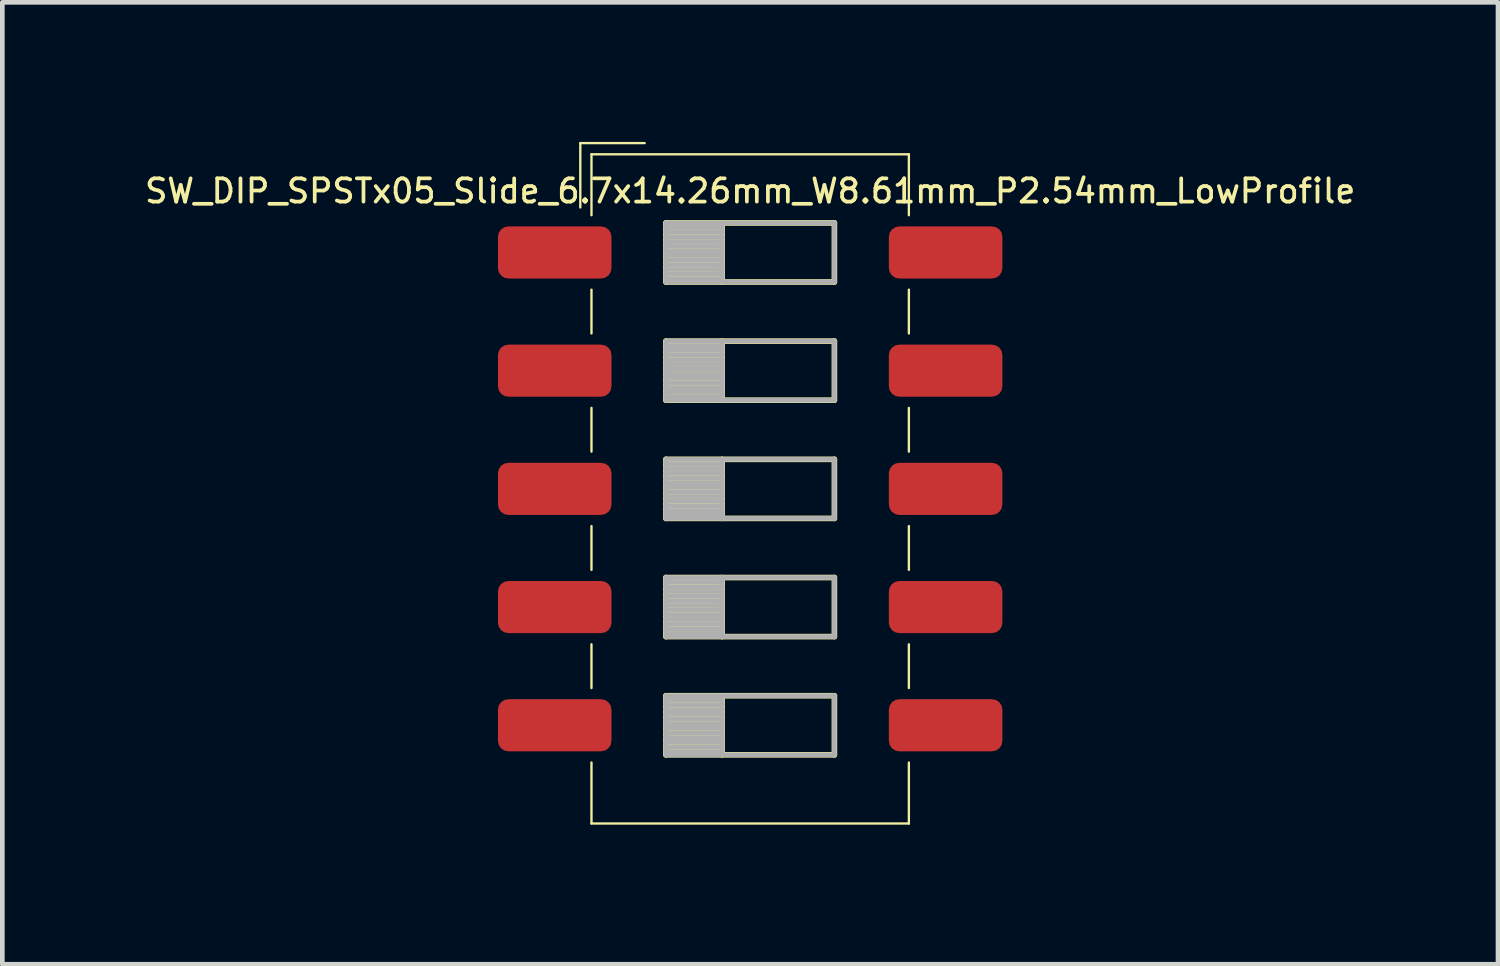
<source format=kicad_pcb>
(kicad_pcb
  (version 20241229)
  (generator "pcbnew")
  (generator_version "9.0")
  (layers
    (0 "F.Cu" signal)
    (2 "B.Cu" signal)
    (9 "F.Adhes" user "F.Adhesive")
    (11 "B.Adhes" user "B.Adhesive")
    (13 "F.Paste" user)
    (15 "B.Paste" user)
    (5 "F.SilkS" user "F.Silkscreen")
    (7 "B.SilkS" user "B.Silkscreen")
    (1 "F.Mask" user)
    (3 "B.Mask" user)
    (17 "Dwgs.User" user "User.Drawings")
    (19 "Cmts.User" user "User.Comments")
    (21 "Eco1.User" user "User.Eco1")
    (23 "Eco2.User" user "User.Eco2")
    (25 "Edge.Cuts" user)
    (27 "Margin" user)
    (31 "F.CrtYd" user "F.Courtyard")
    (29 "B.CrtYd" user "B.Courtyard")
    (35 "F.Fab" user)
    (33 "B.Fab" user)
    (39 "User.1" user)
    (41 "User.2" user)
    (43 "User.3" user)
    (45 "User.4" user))
  (footprint "SW_DIP_SPSTx05_Slide_6.7x14.26mm_W8.61mm_P2.54mm_LowProfile"
    (layer "F.Cu")
    (at 13.07 7.455)
    (property "Reference" "SW_DIP_SPSTx05_Slide_6.7x14.26mm_W8.61mm_P2.54mm_LowProfile" (at 0 -6.4 0) (layer "F.SilkS") (effects (font (size 0.5 0.5) (thickness 0.08))))
    (attr smd)
    (fp_line (start -3.65 -7.43) (end -3.65 -6.047) (stroke (width 0.05) (type solid)) (layer "F.SilkS"))
    (fp_line (start -3.65 -7.43) (end -2.267 -7.43) (stroke (width 0.05) (type solid)) (layer "F.SilkS"))
    (fp_line (start -3.41 -7.19) (end -3.41 -5.88) (stroke (width 0.05) (type solid)) (layer "F.SilkS"))
    (fp_line (start -3.41 -7.19) (end 3.41 -7.19) (stroke (width 0.05) (type solid)) (layer "F.SilkS"))
    (fp_line (start -3.41 -4.28) (end -3.41 -3.34) (stroke (width 0.05) (type solid)) (layer "F.SilkS"))
    (fp_line (start -3.41 -1.74) (end -3.41 -0.8) (stroke (width 0.05) (type solid)) (layer "F.SilkS"))
    (fp_line (start -3.41 0.8) (end -3.41 1.74) (stroke (width 0.05) (type solid)) (layer "F.SilkS"))
    (fp_line (start -3.41 3.34) (end -3.41 4.28) (stroke (width 0.05) (type solid)) (layer "F.SilkS"))
    (fp_line (start -3.41 5.88) (end -3.41 7.191) (stroke (width 0.05) (type solid)) (layer "F.SilkS"))
    (fp_line (start -3.41 7.191) (end 3.41 7.191) (stroke (width 0.05) (type solid)) (layer "F.SilkS"))
    (fp_line (start -1.81 -5.715) (end -1.81 -4.445) (stroke (width 0.12) (type solid)) (layer "F.SilkS"))
    (fp_line (start -1.81 -5.595) (end -0.603 -5.595) (stroke (width 0.12) (type solid)) (layer "F.SilkS"))
    (fp_line (start -1.81 -5.475) (end -0.603 -5.475) (stroke (width 0.12) (type solid)) (layer "F.SilkS"))
    (fp_line (start -1.81 -5.355) (end -0.603 -5.355) (stroke (width 0.12) (type solid)) (layer "F.SilkS"))
    (fp_line (start -1.81 -5.235) (end -0.603 -5.235) (stroke (width 0.12) (type solid)) (layer "F.SilkS"))
    (fp_line (start -1.81 -5.115) (end -0.603 -5.115) (stroke (width 0.12) (type solid)) (layer "F.SilkS"))
    (fp_line (start -1.81 -4.995) (end -0.603 -4.995) (stroke (width 0.12) (type solid)) (layer "F.SilkS"))
    (fp_line (start -1.81 -4.875) (end -0.603 -4.875) (stroke (width 0.12) (type solid)) (layer "F.SilkS"))
    (fp_line (start -1.81 -4.755) (end -0.603 -4.755) (stroke (width 0.12) (type solid)) (layer "F.SilkS"))
    (fp_line (start -1.81 -4.635) (end -0.603 -4.635) (stroke (width 0.12) (type solid)) (layer "F.SilkS"))
    (fp_line (start -1.81 -4.515) (end -0.603 -4.515) (stroke (width 0.12) (type solid)) (layer "F.SilkS"))
    (fp_line (start -1.81 -4.445) (end 1.81 -4.445) (stroke (width 0.12) (type solid)) (layer "F.SilkS"))
    (fp_line (start -1.81 -3.175) (end -1.81 -1.905) (stroke (width 0.12) (type solid)) (layer "F.SilkS"))
    (fp_line (start -1.81 -3.055) (end -0.603 -3.055) (stroke (width 0.12) (type solid)) (layer "F.SilkS"))
    (fp_line (start -1.81 -2.935) (end -0.603 -2.935) (stroke (width 0.12) (type solid)) (layer "F.SilkS"))
    (fp_line (start -1.81 -2.815) (end -0.603 -2.815) (stroke (width 0.12) (type solid)) (layer "F.SilkS"))
    (fp_line (start -1.81 -2.695) (end -0.603 -2.695) (stroke (width 0.12) (type solid)) (layer "F.SilkS"))
    (fp_line (start -1.81 -2.575) (end -0.603 -2.575) (stroke (width 0.12) (type solid)) (layer "F.SilkS"))
    (fp_line (start -1.81 -2.455) (end -0.603 -2.455) (stroke (width 0.12) (type solid)) (layer "F.SilkS"))
    (fp_line (start -1.81 -2.335) (end -0.603 -2.335) (stroke (width 0.12) (type solid)) (layer "F.SilkS"))
    (fp_line (start -1.81 -2.215) (end -0.603 -2.215) (stroke (width 0.12) (type solid)) (layer "F.SilkS"))
    (fp_line (start -1.81 -2.095) (end -0.603 -2.095) (stroke (width 0.12) (type solid)) (layer "F.SilkS"))
    (fp_line (start -1.81 -1.975) (end -0.603 -1.975) (stroke (width 0.12) (type solid)) (layer "F.SilkS"))
    (fp_line (start -1.81 -1.905) (end 1.81 -1.905) (stroke (width 0.12) (type solid)) (layer "F.SilkS"))
    (fp_line (start -1.81 -0.635) (end -1.81 0.635) (stroke (width 0.12) (type solid)) (layer "F.SilkS"))
    (fp_line (start -1.81 -0.515) (end -0.603 -0.515) (stroke (width 0.12) (type solid)) (layer "F.SilkS"))
    (fp_line (start -1.81 -0.395) (end -0.603 -0.395) (stroke (width 0.12) (type solid)) (layer "F.SilkS"))
    (fp_line (start -1.81 -0.275) (end -0.603 -0.275) (stroke (width 0.12) (type solid)) (layer "F.SilkS"))
    (fp_line (start -1.81 -0.155) (end -0.603 -0.155) (stroke (width 0.12) (type solid)) (layer "F.SilkS"))
    (fp_line (start -1.81 -0.035) (end -0.603 -0.035) (stroke (width 0.12) (type solid)) (layer "F.SilkS"))
    (fp_line (start -1.81 0.085) (end -0.603 0.085) (stroke (width 0.12) (type solid)) (layer "F.SilkS"))
    (fp_line (start -1.81 0.205) (end -0.603 0.205) (stroke (width 0.12) (type solid)) (layer "F.SilkS"))
    (fp_line (start -1.81 0.325) (end -0.603 0.325) (stroke (width 0.12) (type solid)) (layer "F.SilkS"))
    (fp_line (start -1.81 0.445) (end -0.603 0.445) (stroke (width 0.12) (type solid)) (layer "F.SilkS"))
    (fp_line (start -1.81 0.565) (end -0.603 0.565) (stroke (width 0.12) (type solid)) (layer "F.SilkS"))
    (fp_line (start -1.81 0.635) (end 1.81 0.635) (stroke (width 0.12) (type solid)) (layer "F.SilkS"))
    (fp_line (start -1.81 1.905) (end -1.81 3.175) (stroke (width 0.12) (type solid)) (layer "F.SilkS"))
    (fp_line (start -1.81 2.025) (end -0.603 2.025) (stroke (width 0.12) (type solid)) (layer "F.SilkS"))
    (fp_line (start -1.81 2.145) (end -0.603 2.145) (stroke (width 0.12) (type solid)) (layer "F.SilkS"))
    (fp_line (start -1.81 2.265) (end -0.603 2.265) (stroke (width 0.12) (type solid)) (layer "F.SilkS"))
    (fp_line (start -1.81 2.385) (end -0.603 2.385) (stroke (width 0.12) (type solid)) (layer "F.SilkS"))
    (fp_line (start -1.81 2.505) (end -0.603 2.505) (stroke (width 0.12) (type solid)) (layer "F.SilkS"))
    (fp_line (start -1.81 2.625) (end -0.603 2.625) (stroke (width 0.12) (type solid)) (layer "F.SilkS"))
    (fp_line (start -1.81 2.745) (end -0.603 2.745) (stroke (width 0.12) (type solid)) (layer "F.SilkS"))
    (fp_line (start -1.81 2.865) (end -0.603 2.865) (stroke (width 0.12) (type solid)) (layer "F.SilkS"))
    (fp_line (start -1.81 2.985) (end -0.603 2.985) (stroke (width 0.12) (type solid)) (layer "F.SilkS"))
    (fp_line (start -1.81 3.105) (end -0.603 3.105) (stroke (width 0.12) (type solid)) (layer "F.SilkS"))
    (fp_line (start -1.81 3.175) (end 1.81 3.175) (stroke (width 0.12) (type solid)) (layer "F.SilkS"))
    (fp_line (start -1.81 4.445) (end -1.81 5.715) (stroke (width 0.12) (type solid)) (layer "F.SilkS"))
    (fp_line (start -1.81 4.565) (end -0.603 4.565) (stroke (width 0.12) (type solid)) (layer "F.SilkS"))
    (fp_line (start -1.81 4.685) (end -0.603 4.685) (stroke (width 0.12) (type solid)) (layer "F.SilkS"))
    (fp_line (start -1.81 4.805) (end -0.603 4.805) (stroke (width 0.12) (type solid)) (layer "F.SilkS"))
    (fp_line (start -1.81 4.925) (end -0.603 4.925) (stroke (width 0.12) (type solid)) (layer "F.SilkS"))
    (fp_line (start -1.81 5.045) (end -0.603 5.045) (stroke (width 0.12) (type solid)) (layer "F.SilkS"))
    (fp_line (start -1.81 5.165) (end -0.603 5.165) (stroke (width 0.12) (type solid)) (layer "F.SilkS"))
    (fp_line (start -1.81 5.285) (end -0.603 5.285) (stroke (width 0.12) (type solid)) (layer "F.SilkS"))
    (fp_line (start -1.81 5.405) (end -0.603 5.405) (stroke (width 0.12) (type solid)) (layer "F.SilkS"))
    (fp_line (start -1.81 5.525) (end -0.603 5.525) (stroke (width 0.12) (type solid)) (layer "F.SilkS"))
    (fp_line (start -1.81 5.645) (end -0.603 5.645) (stroke (width 0.12) (type solid)) (layer "F.SilkS"))
    (fp_line (start -1.81 5.715) (end 1.81 5.715) (stroke (width 0.12) (type solid)) (layer "F.SilkS"))
    (fp_line (start -0.603 -5.715) (end -0.603 -4.445) (stroke (width 0.12) (type solid)) (layer "F.SilkS"))
    (fp_line (start -0.603 -3.175) (end -0.603 -1.905) (stroke (width 0.12) (type solid)) (layer "F.SilkS"))
    (fp_line (start -0.603 -0.635) (end -0.603 0.635) (stroke (width 0.12) (type solid)) (layer "F.SilkS"))
    (fp_line (start -0.603 1.905) (end -0.603 3.175) (stroke (width 0.12) (type solid)) (layer "F.SilkS"))
    (fp_line (start -0.603 4.445) (end -0.603 5.715) (stroke (width 0.12) (type solid)) (layer "F.SilkS"))
    (fp_line (start 1.81 -5.715) (end -1.81 -5.715) (stroke (width 0.12) (type solid)) (layer "F.SilkS"))
    (fp_line (start 1.81 -4.445) (end 1.81 -5.715) (stroke (width 0.12) (type solid)) (layer "F.SilkS"))
    (fp_line (start 1.81 -3.175) (end -1.81 -3.175) (stroke (width 0.12) (type solid)) (layer "F.SilkS"))
    (fp_line (start 1.81 -1.905) (end 1.81 -3.175) (stroke (width 0.12) (type solid)) (layer "F.SilkS"))
    (fp_line (start 1.81 -0.635) (end -1.81 -0.635) (stroke (width 0.12) (type solid)) (layer "F.SilkS"))
    (fp_line (start 1.81 0.635) (end 1.81 -0.635) (stroke (width 0.12) (type solid)) (layer "F.SilkS"))
    (fp_line (start 1.81 1.905) (end -1.81 1.905) (stroke (width 0.12) (type solid)) (layer "F.SilkS"))
    (fp_line (start 1.81 3.175) (end 1.81 1.905) (stroke (width 0.12) (type solid)) (layer "F.SilkS"))
    (fp_line (start 1.81 4.445) (end -1.81 4.445) (stroke (width 0.12) (type solid)) (layer "F.SilkS"))
    (fp_line (start 1.81 5.715) (end 1.81 4.445) (stroke (width 0.12) (type solid)) (layer "F.SilkS"))
    (fp_line (start 3.41 -7.19) (end 3.41 -5.88) (stroke (width 0.05) (type solid)) (layer "F.SilkS"))
    (fp_line (start 3.41 -4.28) (end 3.41 -3.34) (stroke (width 0.05) (type solid)) (layer "F.SilkS"))
    (fp_line (start 3.41 -1.74) (end 3.41 -0.8) (stroke (width 0.05) (type solid)) (layer "F.SilkS"))
    (fp_line (start 3.41 0.8) (end 3.41 1.74) (stroke (width 0.05) (type solid)) (layer "F.SilkS"))
    (fp_line (start 3.41 3.34) (end 3.41 4.28) (stroke (width 0.05) (type solid)) (layer "F.SilkS"))
    (fp_line (start 3.41 5.88) (end 3.41 7.191) (stroke (width 0.05) (type solid)) (layer "F.SilkS"))
    (fp_line (start -1.81 -5.715) (end -1.81 -4.445) (stroke (width 0.1) (type solid)) (layer "F.Fab"))
    (fp_line (start -1.81 -5.615) (end -0.603 -5.615) (stroke (width 0.1) (type solid)) (layer "F.Fab"))
    (fp_line (start -1.81 -5.515) (end -0.603 -5.515) (stroke (width 0.1) (type solid)) (layer "F.Fab"))
    (fp_line (start -1.81 -5.415) (end -0.603 -5.415) (stroke (width 0.1) (type solid)) (layer "F.Fab"))
    (fp_line (start -1.81 -5.315) (end -0.603 -5.315) (stroke (width 0.1) (type solid)) (layer "F.Fab"))
    (fp_line (start -1.81 -5.215) (end -0.603 -5.215) (stroke (width 0.1) (type solid)) (layer "F.Fab"))
    (fp_line (start -1.81 -5.115) (end -0.603 -5.115) (stroke (width 0.1) (type solid)) (layer "F.Fab"))
    (fp_line (start -1.81 -5.015) (end -0.603 -5.015) (stroke (width 0.1) (type solid)) (layer "F.Fab"))
    (fp_line (start -1.81 -4.915) (end -0.603 -4.915) (stroke (width 0.1) (type solid)) (layer "F.Fab"))
    (fp_line (start -1.81 -4.815) (end -0.603 -4.815) (stroke (width 0.1) (type solid)) (layer "F.Fab"))
    (fp_line (start -1.81 -4.715) (end -0.603 -4.715) (stroke (width 0.1) (type solid)) (layer "F.Fab"))
    (fp_line (start -1.81 -4.615) (end -0.603 -4.615) (stroke (width 0.1) (type solid)) (layer "F.Fab"))
    (fp_line (start -1.81 -4.515) (end -0.603 -4.515) (stroke (width 0.1) (type solid)) (layer "F.Fab"))
    (fp_line (start -1.81 -4.445) (end 1.81 -4.445) (stroke (width 0.1) (type solid)) (layer "F.Fab"))
    (fp_line (start -1.81 -3.175) (end -1.81 -1.905) (stroke (width 0.1) (type solid)) (layer "F.Fab"))
    (fp_line (start -1.81 -3.075) (end -0.603 -3.075) (stroke (width 0.1) (type solid)) (layer "F.Fab"))
    (fp_line (start -1.81 -2.975) (end -0.603 -2.975) (stroke (width 0.1) (type solid)) (layer "F.Fab"))
    (fp_line (start -1.81 -2.875) (end -0.603 -2.875) (stroke (width 0.1) (type solid)) (layer "F.Fab"))
    (fp_line (start -1.81 -2.775) (end -0.603 -2.775) (stroke (width 0.1) (type solid)) (layer "F.Fab"))
    (fp_line (start -1.81 -2.675) (end -0.603 -2.675) (stroke (width 0.1) (type solid)) (layer "F.Fab"))
    (fp_line (start -1.81 -2.575) (end -0.603 -2.575) (stroke (width 0.1) (type solid)) (layer "F.Fab"))
    (fp_line (start -1.81 -2.475) (end -0.603 -2.475) (stroke (width 0.1) (type solid)) (layer "F.Fab"))
    (fp_line (start -1.81 -2.375) (end -0.603 -2.375) (stroke (width 0.1) (type solid)) (layer "F.Fab"))
    (fp_line (start -1.81 -2.275) (end -0.603 -2.275) (stroke (width 0.1) (type solid)) (layer "F.Fab"))
    (fp_line (start -1.81 -2.175) (end -0.603 -2.175) (stroke (width 0.1) (type solid)) (layer "F.Fab"))
    (fp_line (start -1.81 -2.075) (end -0.603 -2.075) (stroke (width 0.1) (type solid)) (layer "F.Fab"))
    (fp_line (start -1.81 -1.975) (end -0.603 -1.975) (stroke (width 0.1) (type solid)) (layer "F.Fab"))
    (fp_line (start -1.81 -1.905) (end 1.81 -1.905) (stroke (width 0.1) (type solid)) (layer "F.Fab"))
    (fp_line (start -1.81 -0.635) (end -1.81 0.635) (stroke (width 0.1) (type solid)) (layer "F.Fab"))
    (fp_line (start -1.81 -0.535) (end -0.603 -0.535) (stroke (width 0.1) (type solid)) (layer "F.Fab"))
    (fp_line (start -1.81 -0.435) (end -0.603 -0.435) (stroke (width 0.1) (type solid)) (layer "F.Fab"))
    (fp_line (start -1.81 -0.335) (end -0.603 -0.335) (stroke (width 0.1) (type solid)) (layer "F.Fab"))
    (fp_line (start -1.81 -0.235) (end -0.603 -0.235) (stroke (width 0.1) (type solid)) (layer "F.Fab"))
    (fp_line (start -1.81 -0.135) (end -0.603 -0.135) (stroke (width 0.1) (type solid)) (layer "F.Fab"))
    (fp_line (start -1.81 -0.035) (end -0.603 -0.035) (stroke (width 0.1) (type solid)) (layer "F.Fab"))
    (fp_line (start -1.81 0.065) (end -0.603 0.065) (stroke (width 0.1) (type solid)) (layer "F.Fab"))
    (fp_line (start -1.81 0.165) (end -0.603 0.165) (stroke (width 0.1) (type solid)) (layer "F.Fab"))
    (fp_line (start -1.81 0.265) (end -0.603 0.265) (stroke (width 0.1) (type solid)) (layer "F.Fab"))
    (fp_line (start -1.81 0.365) (end -0.603 0.365) (stroke (width 0.1) (type solid)) (layer "F.Fab"))
    (fp_line (start -1.81 0.465) (end -0.603 0.465) (stroke (width 0.1) (type solid)) (layer "F.Fab"))
    (fp_line (start -1.81 0.565) (end -0.603 0.565) (stroke (width 0.1) (type solid)) (layer "F.Fab"))
    (fp_line (start -1.81 0.635) (end 1.81 0.635) (stroke (width 0.1) (type solid)) (layer "F.Fab"))
    (fp_line (start -1.81 1.905) (end -1.81 3.175) (stroke (width 0.1) (type solid)) (layer "F.Fab"))
    (fp_line (start -1.81 2.005) (end -0.603 2.005) (stroke (width 0.1) (type solid)) (layer "F.Fab"))
    (fp_line (start -1.81 2.105) (end -0.603 2.105) (stroke (width 0.1) (type solid)) (layer "F.Fab"))
    (fp_line (start -1.81 2.205) (end -0.603 2.205) (stroke (width 0.1) (type solid)) (layer "F.Fab"))
    (fp_line (start -1.81 2.305) (end -0.603 2.305) (stroke (width 0.1) (type solid)) (layer "F.Fab"))
    (fp_line (start -1.81 2.405) (end -0.603 2.405) (stroke (width 0.1) (type solid)) (layer "F.Fab"))
    (fp_line (start -1.81 2.505) (end -0.603 2.505) (stroke (width 0.1) (type solid)) (layer "F.Fab"))
    (fp_line (start -1.81 2.605) (end -0.603 2.605) (stroke (width 0.1) (type solid)) (layer "F.Fab"))
    (fp_line (start -1.81 2.705) (end -0.603 2.705) (stroke (width 0.1) (type solid)) (layer "F.Fab"))
    (fp_line (start -1.81 2.805) (end -0.603 2.805) (stroke (width 0.1) (type solid)) (layer "F.Fab"))
    (fp_line (start -1.81 2.905) (end -0.603 2.905) (stroke (width 0.1) (type solid)) (layer "F.Fab"))
    (fp_line (start -1.81 3.005) (end -0.603 3.005) (stroke (width 0.1) (type solid)) (layer "F.Fab"))
    (fp_line (start -1.81 3.105) (end -0.603 3.105) (stroke (width 0.1) (type solid)) (layer "F.Fab"))
    (fp_line (start -1.81 3.175) (end 1.81 3.175) (stroke (width 0.1) (type solid)) (layer "F.Fab"))
    (fp_line (start -1.81 4.445) (end -1.81 5.715) (stroke (width 0.1) (type solid)) (layer "F.Fab"))
    (fp_line (start -1.81 4.545) (end -0.603 4.545) (stroke (width 0.1) (type solid)) (layer "F.Fab"))
    (fp_line (start -1.81 4.645) (end -0.603 4.645) (stroke (width 0.1) (type solid)) (layer "F.Fab"))
    (fp_line (start -1.81 4.745) (end -0.603 4.745) (stroke (width 0.1) (type solid)) (layer "F.Fab"))
    (fp_line (start -1.81 4.845) (end -0.603 4.845) (stroke (width 0.1) (type solid)) (layer "F.Fab"))
    (fp_line (start -1.81 4.945) (end -0.603 4.945) (stroke (width 0.1) (type solid)) (layer "F.Fab"))
    (fp_line (start -1.81 5.045) (end -0.603 5.045) (stroke (width 0.1) (type solid)) (layer "F.Fab"))
    (fp_line (start -1.81 5.145) (end -0.603 5.145) (stroke (width 0.1) (type solid)) (layer "F.Fab"))
    (fp_line (start -1.81 5.245) (end -0.603 5.245) (stroke (width 0.1) (type solid)) (layer "F.Fab"))
    (fp_line (start -1.81 5.345) (end -0.603 5.345) (stroke (width 0.1) (type solid)) (layer "F.Fab"))
    (fp_line (start -1.81 5.445) (end -0.603 5.445) (stroke (width 0.1) (type solid)) (layer "F.Fab"))
    (fp_line (start -1.81 5.545) (end -0.603 5.545) (stroke (width 0.1) (type solid)) (layer "F.Fab"))
    (fp_line (start -1.81 5.645) (end -0.603 5.645) (stroke (width 0.1) (type solid)) (layer "F.Fab"))
    (fp_line (start -1.81 5.715) (end 1.81 5.715) (stroke (width 0.1) (type solid)) (layer "F.Fab"))
    (fp_line (start -0.603 -5.715) (end -0.603 -4.445) (stroke (width 0.1) (type solid)) (layer "F.Fab"))
    (fp_line (start -0.603 -3.175) (end -0.603 -1.905) (stroke (width 0.1) (type solid)) (layer "F.Fab"))
    (fp_line (start -0.603 -0.635) (end -0.603 0.635) (stroke (width 0.1) (type solid)) (layer "F.Fab"))
    (fp_line (start -0.603 1.905) (end -0.603 3.175) (stroke (width 0.1) (type solid)) (layer "F.Fab"))
    (fp_line (start -0.603 4.445) (end -0.603 5.715) (stroke (width 0.1) (type solid)) (layer "F.Fab"))
    (fp_line (start 1.81 -5.715) (end -1.81 -5.715) (stroke (width 0.1) (type solid)) (layer "F.Fab"))
    (fp_line (start 1.81 -4.445) (end 1.81 -5.715) (stroke (width 0.1) (type solid)) (layer "F.Fab"))
    (fp_line (start 1.81 -3.175) (end -1.81 -3.175) (stroke (width 0.1) (type solid)) (layer "F.Fab"))
    (fp_line (start 1.81 -1.905) (end 1.81 -3.175) (stroke (width 0.1) (type solid)) (layer "F.Fab"))
    (fp_line (start 1.81 -0.635) (end -1.81 -0.635) (stroke (width 0.1) (type solid)) (layer "F.Fab"))
    (fp_line (start 1.81 0.635) (end 1.81 -0.635) (stroke (width 0.1) (type solid)) (layer "F.Fab"))
    (fp_line (start 1.81 1.905) (end -1.81 1.905) (stroke (width 0.1) (type solid)) (layer "F.Fab"))
    (fp_line (start 1.81 3.175) (end 1.81 1.905) (stroke (width 0.1) (type solid)) (layer "F.Fab"))
    (fp_line (start 1.81 4.445) (end -1.81 4.445) (stroke (width 0.1) (type solid)) (layer "F.Fab"))
    (fp_line (start 1.81 5.715) (end 1.81 4.445) (stroke (width 0.1) (type solid)) (layer "F.Fab"))
    (pad "1" smd roundrect (at -4.2 -5.08) (size 2.44 1.12) (layers "F.Cu" "F.Mask" "F.Paste") (roundrect_rratio 0.2))
    (pad "2" smd roundrect (at -4.2 -2.54) (size 2.44 1.12) (layers "F.Cu" "F.Mask" "F.Paste") (roundrect_rratio 0.2))
    (pad "3" smd roundrect (at -4.2 0) (size 2.44 1.12) (layers "F.Cu" "F.Mask" "F.Paste") (roundrect_rratio 0.2))
    (pad "4" smd roundrect (at -4.2 2.54) (size 2.44 1.12) (layers "F.Cu" "F.Mask" "F.Paste") (roundrect_rratio 0.2))
    (pad "5" smd roundrect (at -4.2 5.08) (size 2.44 1.12) (layers "F.Cu" "F.Mask" "F.Paste") (roundrect_rratio 0.2))
    (pad "6" smd roundrect (at 4.2 5.08) (size 2.44 1.12) (layers "F.Cu" "F.Mask" "F.Paste") (roundrect_rratio 0.2))
    (pad "7" smd roundrect (at 4.2 2.54) (size 2.44 1.12) (layers "F.Cu" "F.Mask" "F.Paste") (roundrect_rratio 0.2))
    (pad "8" smd roundrect (at 4.2 0) (size 2.44 1.12) (layers "F.Cu" "F.Mask" "F.Paste") (roundrect_rratio 0.2))
    (pad "9" smd roundrect (at 4.2 -2.54) (size 2.44 1.12) (layers "F.Cu" "F.Mask" "F.Paste") (roundrect_rratio 0.2))
    (pad "10" smd roundrect (at 4.2 -5.08) (size 2.44 1.12) (layers "F.Cu" "F.Mask" "F.Paste") (roundrect_rratio 0.2)))
  (gr_rect
    (start -3 -3)
    (end 29.14 17.671)
    (stroke (width 0.1) (type default))
    (fill no)
    (layer "Edge.Cuts")))
</source>
